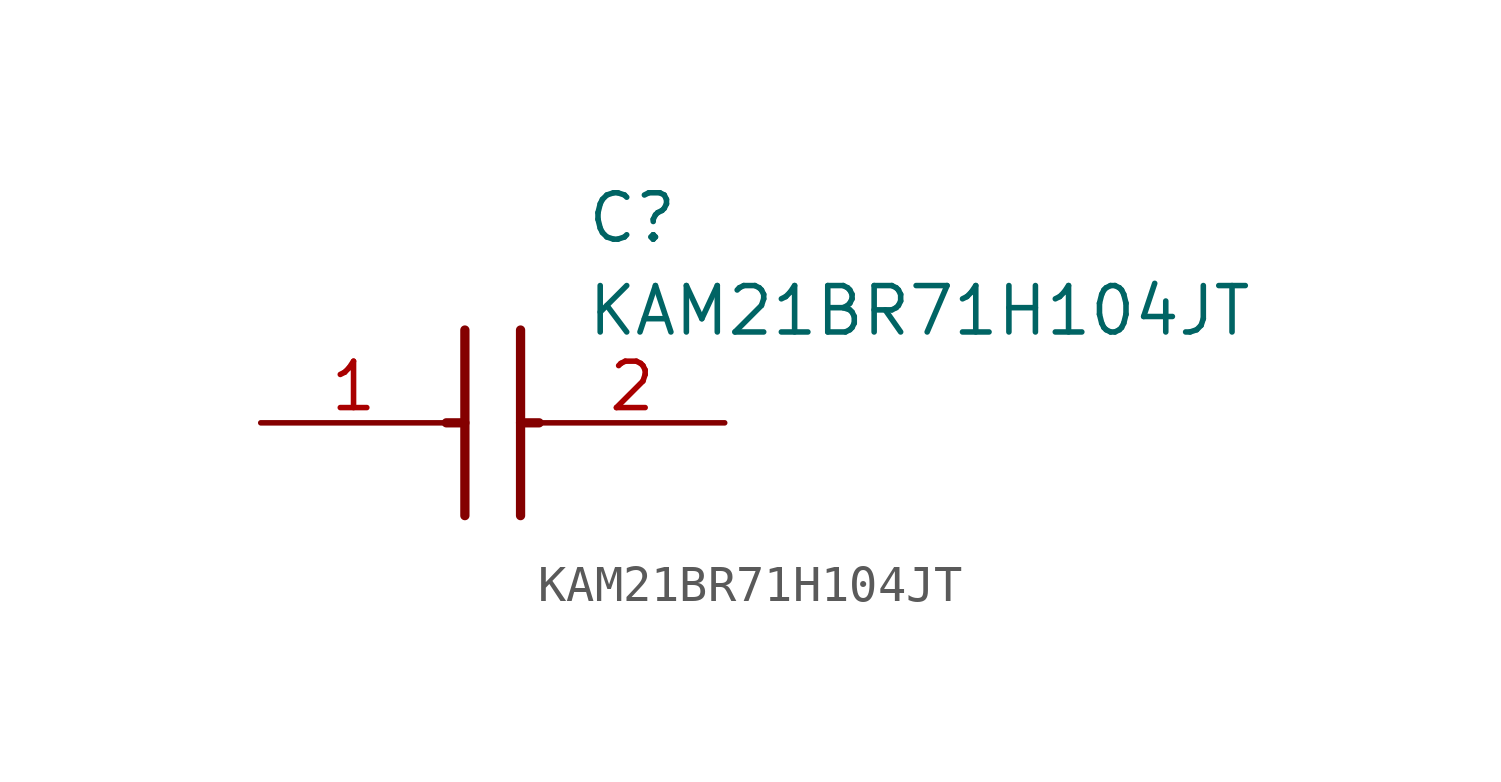
<source format=kicad_sym>
(kicad_symbol_lib
  (version 20211014)
  (generator SamacSys_ECAD_Model)
  (symbol "KAM21BR71H104JT"
    (pin_names hide)
    (property "Reference" "C"
      (at 8.89 6.35 0)
      (effects (font (size 1.27 1.27)) (justify left top)))
    (property "Value" "KAM21BR71H104JT"
      (at 8.89 3.81 0)
      (effects (font (size 1.27 1.27)) (justify left top)))
    (polyline
      (pts (xy 5.588 2.54) (xy 5.588 -2.54))
      (stroke (width 0.254) (type default))
      (fill (type none)))
    (polyline
      (pts (xy 7.112 2.54) (xy 7.112 -2.54))
      (stroke (width 0.254) (type default))
      (fill (type none)))
    (polyline
      (pts (xy 5.08 0) (xy 5.588 0))
      (stroke (width 0.254) (type default))
      (fill (type none)))
    (polyline
      (pts (xy 7.112 0) (xy 7.62 0))
      (stroke (width 0.254) (type default))
      (fill (type none)))
    (pin passive line
      (at 0 0 0)
      (length 5.08)
      (name "1" (effects (font (size 1.27 1.27))))
      (number "1" (effects (font (size 1.27 1.27)))))
    (pin passive line
      (at 12.7 0 180)
      (length 5.08)
      (name "2" (effects (font (size 1.27 1.27))))
      (number "2" (effects (font (size 1.27 1.27)))))))
</source>
